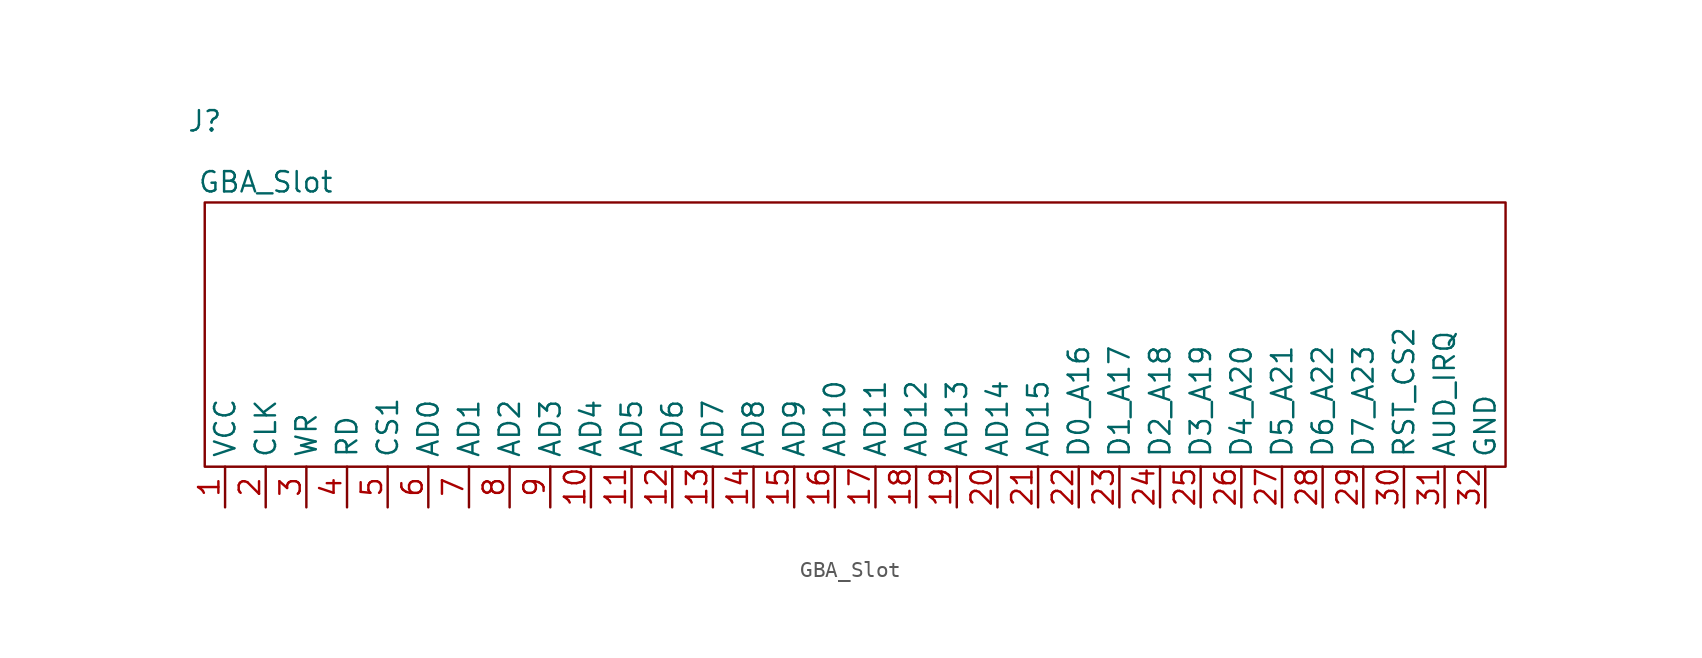
<source format=kicad_sym>
(kicad_symbol_lib
  (version 20231120)
  (generator "kicad_symbol_editor")
  (generator_version "8.0")
  (symbol "GBA_Slot"
    (property "Reference" "J"
      (at -39.37 15.24 0)
      (effects (font (size 1.27 1.27))))
    (property "Value" "GBA_Slot"
      (at -35.56 11.43 0)
      (effects (font (size 1.27 1.27))))
    (symbol "GBA_Slot_0_0"
      (pin power_in line (at 40.64 -8.89 90) (length 2.54) hide (name "GND" (effects (font (size 1.27 1.27)))) (number "SH1" (effects (font (size 1.27 1.27)))))
      (pin power_in line (at 40.64 -8.89 90) (length 2.54) hide (name "GND" (effects (font (size 1.27 1.27)))) (number "SH2" (effects (font (size 1.27 1.27))))))
    (symbol "GBA_Slot_0_1"
      (rectangle (start 41.91 -6.35) (end -39.37 10.16) (stroke (width 0.152) (type default)) (fill (type none))))
    (symbol "GBA_Slot_1_1"
      (pin power_in line (at -38.1 -8.89 90) (length 2.54) (name "VCC" (effects (font (size 1.27 1.27)))) (number "1" (effects (font (size 1.27 1.27)))))
      (pin bidirectional line (at -15.24 -8.89 90) (length 2.54) (name "AD4" (effects (font (size 1.27 1.27)))) (number "10" (effects (font (size 1.27 1.27)))))
      (pin bidirectional line (at -12.7 -8.89 90) (length 2.54) (name "AD5" (effects (font (size 1.27 1.27)))) (number "11" (effects (font (size 1.27 1.27)))))
      (pin bidirectional line (at -10.16 -8.89 90) (length 2.54) (name "AD6" (effects (font (size 1.27 1.27)))) (number "12" (effects (font (size 1.27 1.27)))))
      (pin bidirectional line (at -7.62 -8.89 90) (length 2.54) (name "AD7" (effects (font (size 1.27 1.27)))) (number "13" (effects (font (size 1.27 1.27)))))
      (pin bidirectional line (at -5.08 -8.89 90) (length 2.54) (name "AD8" (effects (font (size 1.27 1.27)))) (number "14" (effects (font (size 1.27 1.27)))))
      (pin bidirectional line (at -2.54 -8.89 90) (length 2.54) (name "AD9" (effects (font (size 1.27 1.27)))) (number "15" (effects (font (size 1.27 1.27)))))
      (pin bidirectional line (at 0 -8.89 90) (length 2.54) (name "AD10" (effects (font (size 1.27 1.27)))) (number "16" (effects (font (size 1.27 1.27)))))
      (pin bidirectional line (at 2.54 -8.89 90) (length 2.54) (name "AD11" (effects (font (size 1.27 1.27)))) (number "17" (effects (font (size 1.27 1.27)))))
      (pin bidirectional line (at 5.08 -8.89 90) (length 2.54) (name "AD12" (effects (font (size 1.27 1.27)))) (number "18" (effects (font (size 1.27 1.27)))))
      (pin bidirectional line (at 7.62 -8.89 90) (length 2.54) (name "AD13" (effects (font (size 1.27 1.27)))) (number "19" (effects (font (size 1.27 1.27)))))
      (pin input line (at -35.56 -8.89 90) (length 2.54) (name "CLK" (effects (font (size 1.27 1.27)))) (number "2" (effects (font (size 1.27 1.27)))))
      (pin bidirectional line (at 10.16 -8.89 90) (length 2.54) (name "AD14" (effects (font (size 1.27 1.27)))) (number "20" (effects (font (size 1.27 1.27)))))
      (pin bidirectional line (at 12.7 -8.89 90) (length 2.54) (name "AD15" (effects (font (size 1.27 1.27)))) (number "21" (effects (font (size 1.27 1.27)))))
      (pin bidirectional line (at 15.24 -8.89 90) (length 2.54) (name "D0_A16" (effects (font (size 1.27 1.27)))) (number "22" (effects (font (size 1.27 1.27)))))
      (pin bidirectional line (at 17.78 -8.89 90) (length 2.54) (name "D1_A17" (effects (font (size 1.27 1.27)))) (number "23" (effects (font (size 1.27 1.27)))))
      (pin bidirectional line (at 20.32 -8.89 90) (length 2.54) (name "D2_A18" (effects (font (size 1.27 1.27)))) (number "24" (effects (font (size 1.27 1.27)))))
      (pin bidirectional line (at 22.86 -8.89 90) (length 2.54) (name "D3_A19" (effects (font (size 1.27 1.27)))) (number "25" (effects (font (size 1.27 1.27)))))
      (pin bidirectional line (at 25.4 -8.89 90) (length 2.54) (name "D4_A20" (effects (font (size 1.27 1.27)))) (number "26" (effects (font (size 1.27 1.27)))))
      (pin bidirectional line (at 27.94 -8.89 90) (length 2.54) (name "D5_A21" (effects (font (size 1.27 1.27)))) (number "27" (effects (font (size 1.27 1.27)))))
      (pin bidirectional line (at 30.48 -8.89 90) (length 2.54) (name "D6_A22" (effects (font (size 1.27 1.27)))) (number "28" (effects (font (size 1.27 1.27)))))
      (pin bidirectional line (at 33.02 -8.89 90) (length 2.54) (name "D7_A23" (effects (font (size 1.27 1.27)))) (number "29" (effects (font (size 1.27 1.27)))))
      (pin input line (at -33.02 -8.89 90) (length 2.54) (name "WR" (effects (font (size 1.27 1.27)))) (number "3" (effects (font (size 1.27 1.27)))))
      (pin input line (at 35.56 -8.89 90) (length 2.54) (name "RST_CS2" (effects (font (size 1.27 1.27)))) (number "30" (effects (font (size 1.27 1.27)))))
      (pin input line (at 38.1 -8.89 90) (length 2.54) (name "AUD_IRQ" (effects (font (size 1.27 1.27)))) (number "31" (effects (font (size 1.27 1.27)))))
      (pin power_in line (at 40.64 -8.89 90) (length 2.54) (name "GND" (effects (font (size 1.27 1.27)))) (number "32" (effects (font (size 1.27 1.27)))))
      (pin input line (at -30.48 -8.89 90) (length 2.54) (name "RD" (effects (font (size 1.27 1.27)))) (number "4" (effects (font (size 1.27 1.27)))))
      (pin input line (at -27.94 -8.89 90) (length 2.54) (name "CS1" (effects (font (size 1.27 1.27)))) (number "5" (effects (font (size 1.27 1.27)))))
      (pin bidirectional line (at -25.4 -8.89 90) (length 2.54) (name "AD0" (effects (font (size 1.27 1.27)))) (number "6" (effects (font (size 1.27 1.27)))))
      (pin bidirectional line (at -22.86 -8.89 90) (length 2.54) (name "AD1" (effects (font (size 1.27 1.27)))) (number "7" (effects (font (size 1.27 1.27)))))
      (pin bidirectional line (at -20.32 -8.89 90) (length 2.54) (name "AD2" (effects (font (size 1.27 1.27)))) (number "8" (effects (font (size 1.27 1.27)))))
      (pin bidirectional line (at -17.78 -8.89 90) (length 2.54) (name "AD3" (effects (font (size 1.27 1.27)))) (number "9" (effects (font (size 1.27 1.27))))))))
</source>
